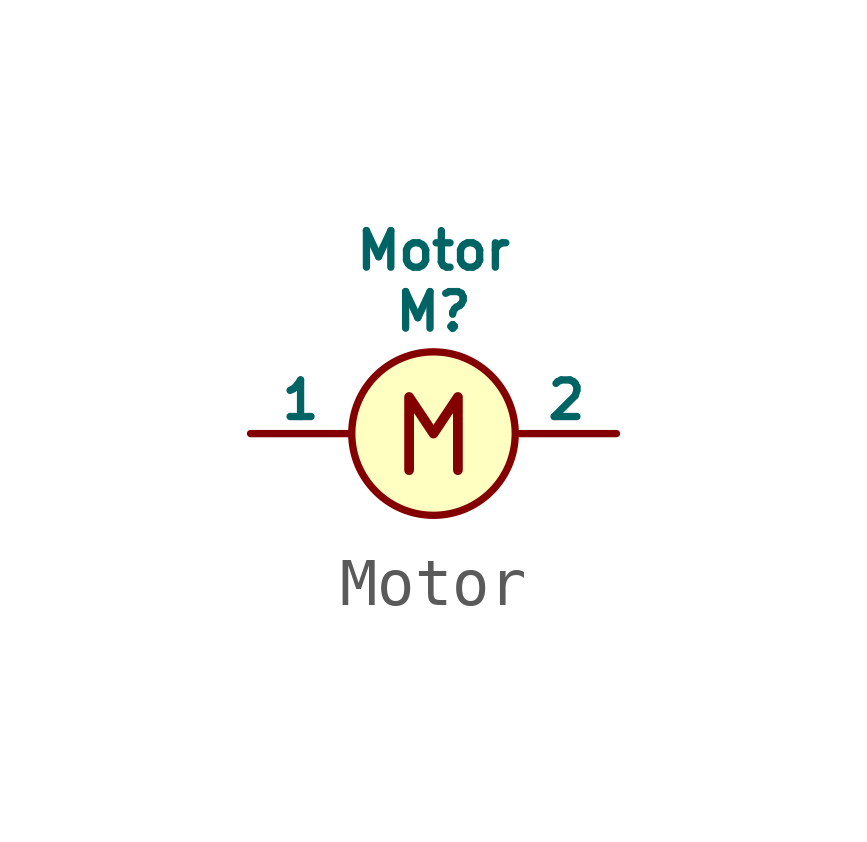
<source format=kicad_sym>
(kicad_symbol_lib
  (version 20220914)
  (generator kicad_symbol_editor)
  (symbol "Motor"
    (pin_numbers hide)
    (pin_names
      (offset 0))
    (property "Reference" "M"
      (at 0 2.54 0)
      (effects (font (size 0.762 0.762))))
    (property "Value" "Motor"
      (at 0 3.81 0)
      (effects (font (size 0.762 0.762))))
    (symbol "Motor_0_1"
      (polyline (pts (xy -0.508 -0.762) (xy -0.508 0.762) (xy 0 0) (xy 0.508 0.762) (xy 0.508 -0.762)) (stroke (width 0.203) (type solid)) (fill (type none)))
      (circle (center 0 0) (radius 1.702) (stroke (width 0) (type solid)) (fill (type background))))
    (symbol "Motor_1_1"
      (pin passive line (at -3.81 0 0) (length 2.083) (name "1" (effects (font (size 0.762 0.762)))) (number "1" (effects (font (size 0.762 0.762)))))
      (pin passive line (at 3.81 0 180) (length 2.083) (name "2" (effects (font (size 0.762 0.762)))) (number "2" (effects (font (size 0.762 0.762))))))))
</source>
